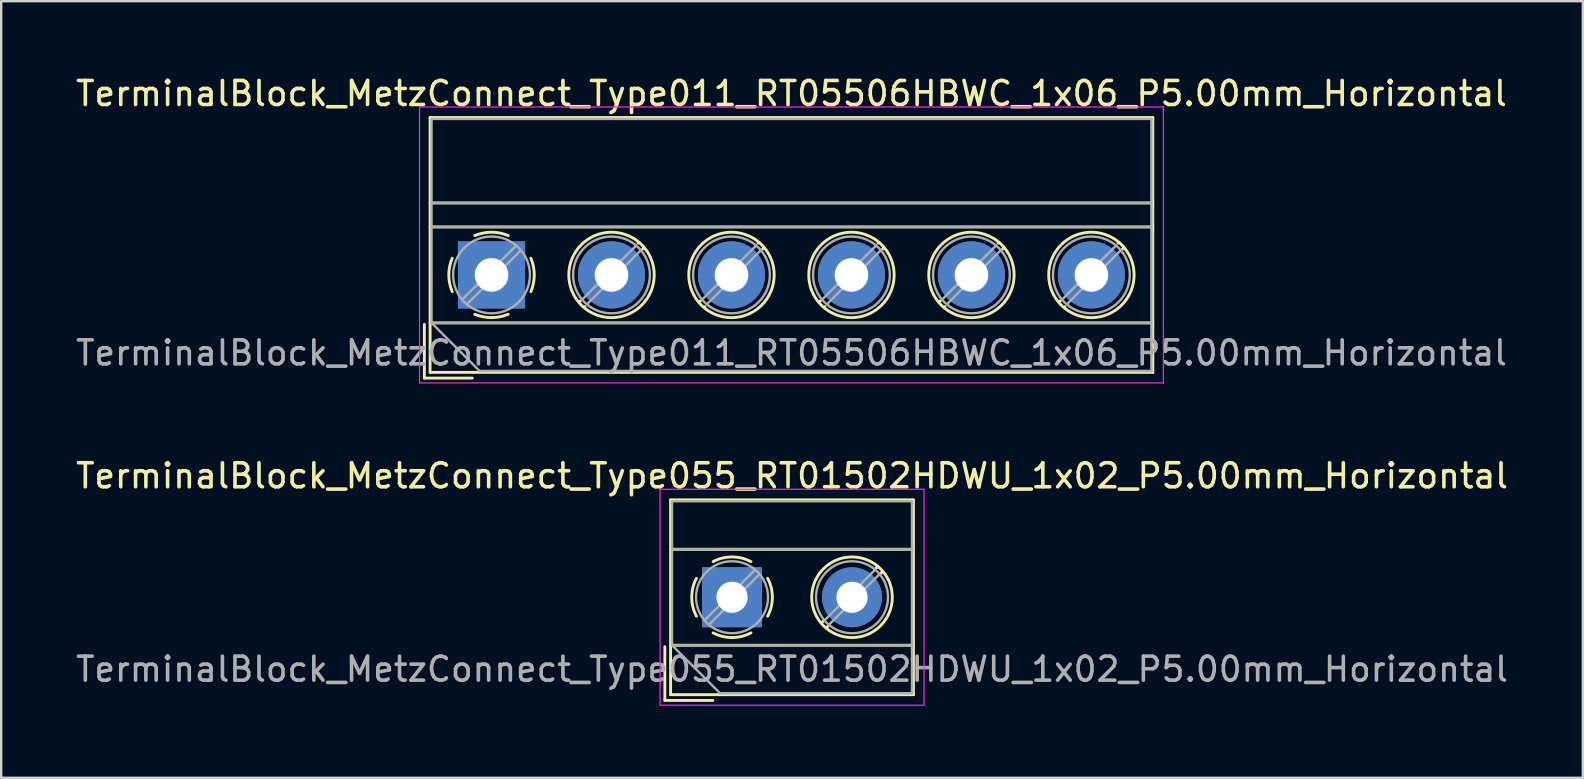
<source format=kicad_pcb>
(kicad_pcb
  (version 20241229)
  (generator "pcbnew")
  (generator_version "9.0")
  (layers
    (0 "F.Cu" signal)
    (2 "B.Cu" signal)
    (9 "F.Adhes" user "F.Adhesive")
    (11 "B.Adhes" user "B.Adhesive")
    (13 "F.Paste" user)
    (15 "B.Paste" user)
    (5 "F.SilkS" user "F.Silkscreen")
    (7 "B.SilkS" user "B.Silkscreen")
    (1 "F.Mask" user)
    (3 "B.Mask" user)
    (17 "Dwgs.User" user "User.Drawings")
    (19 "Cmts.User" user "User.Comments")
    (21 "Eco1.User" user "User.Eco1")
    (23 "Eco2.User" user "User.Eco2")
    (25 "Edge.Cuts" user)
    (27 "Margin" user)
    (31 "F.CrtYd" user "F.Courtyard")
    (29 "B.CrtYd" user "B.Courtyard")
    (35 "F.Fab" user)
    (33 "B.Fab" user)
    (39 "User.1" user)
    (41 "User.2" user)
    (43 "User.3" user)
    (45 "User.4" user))
  (footprint "TerminalBlock_MetzConnect_Type011_RT05506HBWC_1x06_P5.00mm_Horizontal"
    (layer "F.Cu")
    (at 17.435 8.408)
    (property "Reference" "TerminalBlock_MetzConnect_Type011_RT05506HBWC_1x06_P5.00mm_Horizontal" (at 12.5 -7.56 0) (layer "F.SilkS") (effects (font (size 1 1) (thickness 0.15))))
    (attr through_hole)
    (fp_line (start -2.8 2.06) (end -2.8 4.3) (stroke (width 0.12) (type solid)) (layer "F.SilkS"))
    (fp_line (start -2.8 4.3) (end -0.8 4.3) (stroke (width 0.12) (type solid)) (layer "F.SilkS"))
    (fp_line (start -2.56 -6.56) (end -2.56 4.06) (stroke (width 0.12) (type solid)) (layer "F.SilkS"))
    (fp_line (start -2.56 -6.56) (end 27.56 -6.56) (stroke (width 0.12) (type solid)) (layer "F.SilkS"))
    (fp_line (start -2.56 -3) (end 27.56 -3) (stroke (width 0.12) (type solid)) (layer "F.SilkS"))
    (fp_line (start -2.56 -2) (end 27.56 -2) (stroke (width 0.12) (type solid)) (layer "F.SilkS"))
    (fp_line (start -2.56 2) (end 27.56 2) (stroke (width 0.12) (type solid)) (layer "F.SilkS"))
    (fp_line (start -2.56 4.06) (end 27.56 4.06) (stroke (width 0.12) (type solid)) (layer "F.SilkS"))
    (fp_line (start 3.7 1.083) (end 3.65 1.133) (stroke (width 0.12) (type solid)) (layer "F.SilkS"))
    (fp_line (start 3.892 1.325) (end 3.868 1.35) (stroke (width 0.12) (type solid)) (layer "F.SilkS"))
    (fp_line (start 6.133 -1.35) (end 6.108 -1.326) (stroke (width 0.12) (type solid)) (layer "F.SilkS"))
    (fp_line (start 6.35 -1.133) (end 6.301 -1.083) (stroke (width 0.12) (type solid)) (layer "F.SilkS"))
    (fp_line (start 8.7 1.083) (end 8.65 1.133) (stroke (width 0.12) (type solid)) (layer "F.SilkS"))
    (fp_line (start 8.892 1.325) (end 8.868 1.35) (stroke (width 0.12) (type solid)) (layer "F.SilkS"))
    (fp_line (start 11.133 -1.35) (end 11.108 -1.326) (stroke (width 0.12) (type solid)) (layer "F.SilkS"))
    (fp_line (start 11.35 -1.133) (end 11.301 -1.083) (stroke (width 0.12) (type solid)) (layer "F.SilkS"))
    (fp_line (start 13.7 1.083) (end 13.65 1.133) (stroke (width 0.12) (type solid)) (layer "F.SilkS"))
    (fp_line (start 13.892 1.325) (end 13.868 1.35) (stroke (width 0.12) (type solid)) (layer "F.SilkS"))
    (fp_line (start 16.133 -1.35) (end 16.108 -1.326) (stroke (width 0.12) (type solid)) (layer "F.SilkS"))
    (fp_line (start 16.35 -1.133) (end 16.301 -1.083) (stroke (width 0.12) (type solid)) (layer "F.SilkS"))
    (fp_line (start 18.7 1.083) (end 18.65 1.133) (stroke (width 0.12) (type solid)) (layer "F.SilkS"))
    (fp_line (start 18.892 1.325) (end 18.868 1.35) (stroke (width 0.12) (type solid)) (layer "F.SilkS"))
    (fp_line (start 21.133 -1.35) (end 21.108 -1.326) (stroke (width 0.12) (type solid)) (layer "F.SilkS"))
    (fp_line (start 21.35 -1.133) (end 21.301 -1.083) (stroke (width 0.12) (type solid)) (layer "F.SilkS"))
    (fp_line (start 23.7 1.083) (end 23.65 1.133) (stroke (width 0.12) (type solid)) (layer "F.SilkS"))
    (fp_line (start 23.892 1.325) (end 23.868 1.35) (stroke (width 0.12) (type solid)) (layer "F.SilkS"))
    (fp_line (start 26.133 -1.35) (end 26.108 -1.326) (stroke (width 0.12) (type solid)) (layer "F.SilkS"))
    (fp_line (start 26.35 -1.133) (end 26.301 -1.083) (stroke (width 0.12) (type solid)) (layer "F.SilkS"))
    (fp_line (start 27.56 -6.56) (end 27.56 4.06) (stroke (width 0.12) (type solid)) (layer "F.SilkS"))
    (fp_arc (start -1.639206 0.695516) (mid -1.780657 -0.000263) (end -1.639 -0.696) (stroke (width 0.12) (type solid)) (layer "F.SilkS"))
    (fp_arc (start -0.695516 -1.639206) (mid 0.000263 -1.780657) (end 0.696 -1.639) (stroke (width 0.12) (type solid)) (layer "F.SilkS"))
    (fp_arc (start 0.030814 1.78039) (mid -0.340023 1.747891) (end -0.696 1.639) (stroke (width 0.12) (type solid)) (layer "F.SilkS"))
    (fp_arc (start 0.695501 1.638499) (mid 0.354875 1.744266) (end 0 1.78) (stroke (width 0.12) (type solid)) (layer "F.SilkS"))
    (fp_arc (start 1.639206 -0.695516) (mid 1.780657 0.000263) (end 1.639 0.696) (stroke (width 0.12) (type solid)) (layer "F.SilkS"))
    (fp_circle (center 5 0) (end 6.78 0) (stroke (width 0.12) (type solid)) (fill no) (layer "F.SilkS"))
    (fp_circle (center 10 0) (end 11.78 0) (stroke (width 0.12) (type solid)) (fill no) (layer "F.SilkS"))
    (fp_circle (center 15 0) (end 16.78 0) (stroke (width 0.12) (type solid)) (fill no) (layer "F.SilkS"))
    (fp_circle (center 20 0) (end 21.78 0) (stroke (width 0.12) (type solid)) (fill no) (layer "F.SilkS"))
    (fp_circle (center 25 0) (end 26.78 0) (stroke (width 0.12) (type solid)) (fill no) (layer "F.SilkS"))
    (fp_line (start -3 -7) (end -3 4.5) (stroke (width 0.05) (type solid)) (layer "F.CrtYd"))
    (fp_line (start -3 4.5) (end 28 4.5) (stroke (width 0.05) (type solid)) (layer "F.CrtYd"))
    (fp_line (start 28 -7) (end -3 -7) (stroke (width 0.05) (type solid)) (layer "F.CrtYd"))
    (fp_line (start 28 4.5) (end 28 -7) (stroke (width 0.05) (type solid)) (layer "F.CrtYd"))
    (fp_line (start -2.5 -6.5) (end 27.5 -6.5) (stroke (width 0.1) (type solid)) (layer "F.Fab"))
    (fp_line (start -2.5 -3) (end 27.5 -3) (stroke (width 0.1) (type solid)) (layer "F.Fab"))
    (fp_line (start -2.5 -2) (end 27.5 -2) (stroke (width 0.1) (type solid)) (layer "F.Fab"))
    (fp_line (start -2.5 2) (end -2.5 -6.5) (stroke (width 0.1) (type solid)) (layer "F.Fab"))
    (fp_line (start -2.5 2) (end 27.5 2) (stroke (width 0.1) (type solid)) (layer "F.Fab"))
    (fp_line (start -0.5 4) (end -2.5 2) (stroke (width 0.1) (type solid)) (layer "F.Fab"))
    (fp_line (start 1.019 -1.214) (end -1.214 1.018) (stroke (width 0.1) (type solid)) (layer "F.Fab"))
    (fp_line (start 1.214 -1.019) (end -1.019 1.214) (stroke (width 0.1) (type solid)) (layer "F.Fab"))
    (fp_line (start 6.019 -1.214) (end 3.787 1.018) (stroke (width 0.1) (type solid)) (layer "F.Fab"))
    (fp_line (start 6.214 -1.019) (end 3.982 1.214) (stroke (width 0.1) (type solid)) (layer "F.Fab"))
    (fp_line (start 11.019 -1.214) (end 8.787 1.018) (stroke (width 0.1) (type solid)) (layer "F.Fab"))
    (fp_line (start 11.214 -1.019) (end 8.982 1.214) (stroke (width 0.1) (type solid)) (layer "F.Fab"))
    (fp_line (start 16.019 -1.214) (end 13.787 1.018) (stroke (width 0.1) (type solid)) (layer "F.Fab"))
    (fp_line (start 16.214 -1.019) (end 13.982 1.214) (stroke (width 0.1) (type solid)) (layer "F.Fab"))
    (fp_line (start 21.019 -1.214) (end 18.787 1.018) (stroke (width 0.1) (type solid)) (layer "F.Fab"))
    (fp_line (start 21.214 -1.019) (end 18.982 1.214) (stroke (width 0.1) (type solid)) (layer "F.Fab"))
    (fp_line (start 26.019 -1.214) (end 23.787 1.018) (stroke (width 0.1) (type solid)) (layer "F.Fab"))
    (fp_line (start 26.214 -1.019) (end 23.982 1.214) (stroke (width 0.1) (type solid)) (layer "F.Fab"))
    (fp_line (start 27.5 -6.5) (end 27.5 4) (stroke (width 0.1) (type solid)) (layer "F.Fab"))
    (fp_line (start 27.5 4) (end -0.5 4) (stroke (width 0.1) (type solid)) (layer "F.Fab"))
    (fp_circle (center 0 0) (end 1.6 0) (stroke (width 0.1) (type solid)) (fill no) (layer "F.Fab"))
    (fp_circle (center 5 0) (end 6.6 0) (stroke (width 0.1) (type solid)) (fill no) (layer "F.Fab"))
    (fp_circle (center 10 0) (end 11.6 0) (stroke (width 0.1) (type solid)) (fill no) (layer "F.Fab"))
    (fp_circle (center 15 0) (end 16.6 0) (stroke (width 0.1) (type solid)) (fill no) (layer "F.Fab"))
    (fp_circle (center 20 0) (end 21.6 0) (stroke (width 0.1) (type solid)) (fill no) (layer "F.Fab"))
    (fp_circle (center 25 0) (end 26.6 0) (stroke (width 0.1) (type solid)) (fill no) (layer "F.Fab"))
    (fp_text user "${REFERENCE}" (at 12.5 3.25 0) (layer "F.Fab") (effects (font (size 1 1) (thickness 0.15))))
    (pad "1" thru_hole rect (at 0 0) (size 2.8 2.8) (drill 1.4) (layers "*.Cu" "*.Mask"))
    (pad "2" thru_hole circle (at 5 0) (size 2.8 2.8) (drill 1.4) (layers "*.Cu" "*.Mask"))
    (pad "3" thru_hole circle (at 10 0) (size 2.8 2.8) (drill 1.4) (layers "*.Cu" "*.Mask"))
    (pad "4" thru_hole circle (at 15 0) (size 2.8 2.8) (drill 1.4) (layers "*.Cu" "*.Mask"))
    (pad "5" thru_hole circle (at 20 0) (size 2.8 2.8) (drill 1.4) (layers "*.Cu" "*.Mask"))
    (pad "6" thru_hole circle (at 25 0) (size 2.8 2.8) (drill 1.4) (layers "*.Cu" "*.Mask")))
  (footprint "TerminalBlock_MetzConnect_Type055_RT01502HDWU_1x02_P5.00mm_Horizontal"
    (layer "F.Cu")
    (at 27.458 21.841)
    (property "Reference" "TerminalBlock_MetzConnect_Type055_RT01502HDWU_1x02_P5.00mm_Horizontal" (at 2.5 -5.06 0) (layer "F.SilkS") (effects (font (size 1 1) (thickness 0.15))))
    (attr through_hole)
    (fp_line (start -2.8 2.06) (end -2.8 4.3) (stroke (width 0.12) (type solid)) (layer "F.SilkS"))
    (fp_line (start -2.8 4.3) (end -0.8 4.3) (stroke (width 0.12) (type solid)) (layer "F.SilkS"))
    (fp_line (start -2.56 -4.06) (end -2.56 4.06) (stroke (width 0.12) (type solid)) (layer "F.SilkS"))
    (fp_line (start -2.56 -4.06) (end 7.56 -4.06) (stroke (width 0.12) (type solid)) (layer "F.SilkS"))
    (fp_line (start -2.56 -2) (end 7.56 -2) (stroke (width 0.12) (type solid)) (layer "F.SilkS"))
    (fp_line (start -2.56 2) (end 7.56 2) (stroke (width 0.12) (type solid)) (layer "F.SilkS"))
    (fp_line (start -2.56 4.06) (end 7.56 4.06) (stroke (width 0.12) (type solid)) (layer "F.SilkS"))
    (fp_line (start 3.82 0.976) (end 3.726 1.069) (stroke (width 0.12) (type solid)) (layer "F.SilkS"))
    (fp_line (start 3.99 1.216) (end 3.931 1.274) (stroke (width 0.12) (type solid)) (layer "F.SilkS"))
    (fp_line (start 6.07 -1.275) (end 6.011 -1.216) (stroke (width 0.12) (type solid)) (layer "F.SilkS"))
    (fp_line (start 6.275 -1.069) (end 6.181 -0.976) (stroke (width 0.12) (type solid)) (layer "F.SilkS"))
    (fp_line (start 7.56 -4.06) (end 7.56 4.06) (stroke (width 0.12) (type solid)) (layer "F.SilkS"))
    (fp_arc (start -1.483953 0.789089) (mid -1.680708 0.00005) (end -1.484 -0.789) (stroke (width 0.12) (type solid)) (layer "F.SilkS"))
    (fp_arc (start -0.789089 -1.483953) (mid -0.00005 -1.680708) (end 0.789 -1.484) (stroke (width 0.12) (type solid)) (layer "F.SilkS"))
    (fp_arc (start 0.029383 1.68045) (mid -0.392304 1.634281) (end -0.789 1.484) (stroke (width 0.12) (type solid)) (layer "F.SilkS"))
    (fp_arc (start 0.788712 1.483352) (mid 0.406429 1.630097) (end 0 1.68) (stroke (width 0.12) (type solid)) (layer "F.SilkS"))
    (fp_arc (start 1.483953 -0.789089) (mid 1.680708 -0.00005) (end 1.484 0.789) (stroke (width 0.12) (type solid)) (layer "F.SilkS"))
    (fp_circle (center 5 0) (end 6.68 0) (stroke (width 0.12) (type solid)) (fill no) (layer "F.SilkS"))
    (fp_line (start -3 -4.5) (end -3 4.5) (stroke (width 0.05) (type solid)) (layer "F.CrtYd"))
    (fp_line (start -3 4.5) (end 8 4.5) (stroke (width 0.05) (type solid)) (layer "F.CrtYd"))
    (fp_line (start 8 -4.5) (end -3 -4.5) (stroke (width 0.05) (type solid)) (layer "F.CrtYd"))
    (fp_line (start 8 4.5) (end 8 -4.5) (stroke (width 0.05) (type solid)) (layer "F.CrtYd"))
    (fp_line (start -2.5 -4) (end 7.5 -4) (stroke (width 0.1) (type solid)) (layer "F.Fab"))
    (fp_line (start -2.5 -2) (end 7.5 -2) (stroke (width 0.1) (type solid)) (layer "F.Fab"))
    (fp_line (start -2.5 2) (end -2.5 -4) (stroke (width 0.1) (type solid)) (layer "F.Fab"))
    (fp_line (start -2.5 2) (end 7.5 2) (stroke (width 0.1) (type solid)) (layer "F.Fab"))
    (fp_line (start -0.5 4) (end -2.5 2) (stroke (width 0.1) (type solid)) (layer "F.Fab"))
    (fp_line (start 0.955 -1.138) (end -1.138 0.955) (stroke (width 0.1) (type solid)) (layer "F.Fab"))
    (fp_line (start 1.138 -0.955) (end -0.955 1.138) (stroke (width 0.1) (type solid)) (layer "F.Fab"))
    (fp_line (start 5.955 -1.138) (end 3.863 0.955) (stroke (width 0.1) (type solid)) (layer "F.Fab"))
    (fp_line (start 6.138 -0.955) (end 4.046 1.138) (stroke (width 0.1) (type solid)) (layer "F.Fab"))
    (fp_line (start 7.5 -4) (end 7.5 4) (stroke (width 0.1) (type solid)) (layer "F.Fab"))
    (fp_line (start 7.5 4) (end -0.5 4) (stroke (width 0.1) (type solid)) (layer "F.Fab"))
    (fp_circle (center 0 0) (end 1.5 0) (stroke (width 0.1) (type solid)) (fill no) (layer "F.Fab"))
    (fp_circle (center 5 0) (end 6.5 0) (stroke (width 0.1) (type solid)) (fill no) (layer "F.Fab"))
    (fp_text user "${REFERENCE}" (at 2.5 3 0) (layer "F.Fab") (effects (font (size 1 1) (thickness 0.15))))
    (pad "1" thru_hole rect (at 0 0) (size 2.5 2.5) (drill 1.3) (layers "*.Cu" "*.Mask"))
    (pad "2" thru_hole circle (at 5 0) (size 2.5 2.5) (drill 1.3) (layers "*.Cu" "*.Mask")))
  (gr_rect
    (start -3 -3)
    (end 62.917 29.366)
    (stroke (width 0.1) (type default))
    (fill no)
    (layer "Edge.Cuts")))
</source>
